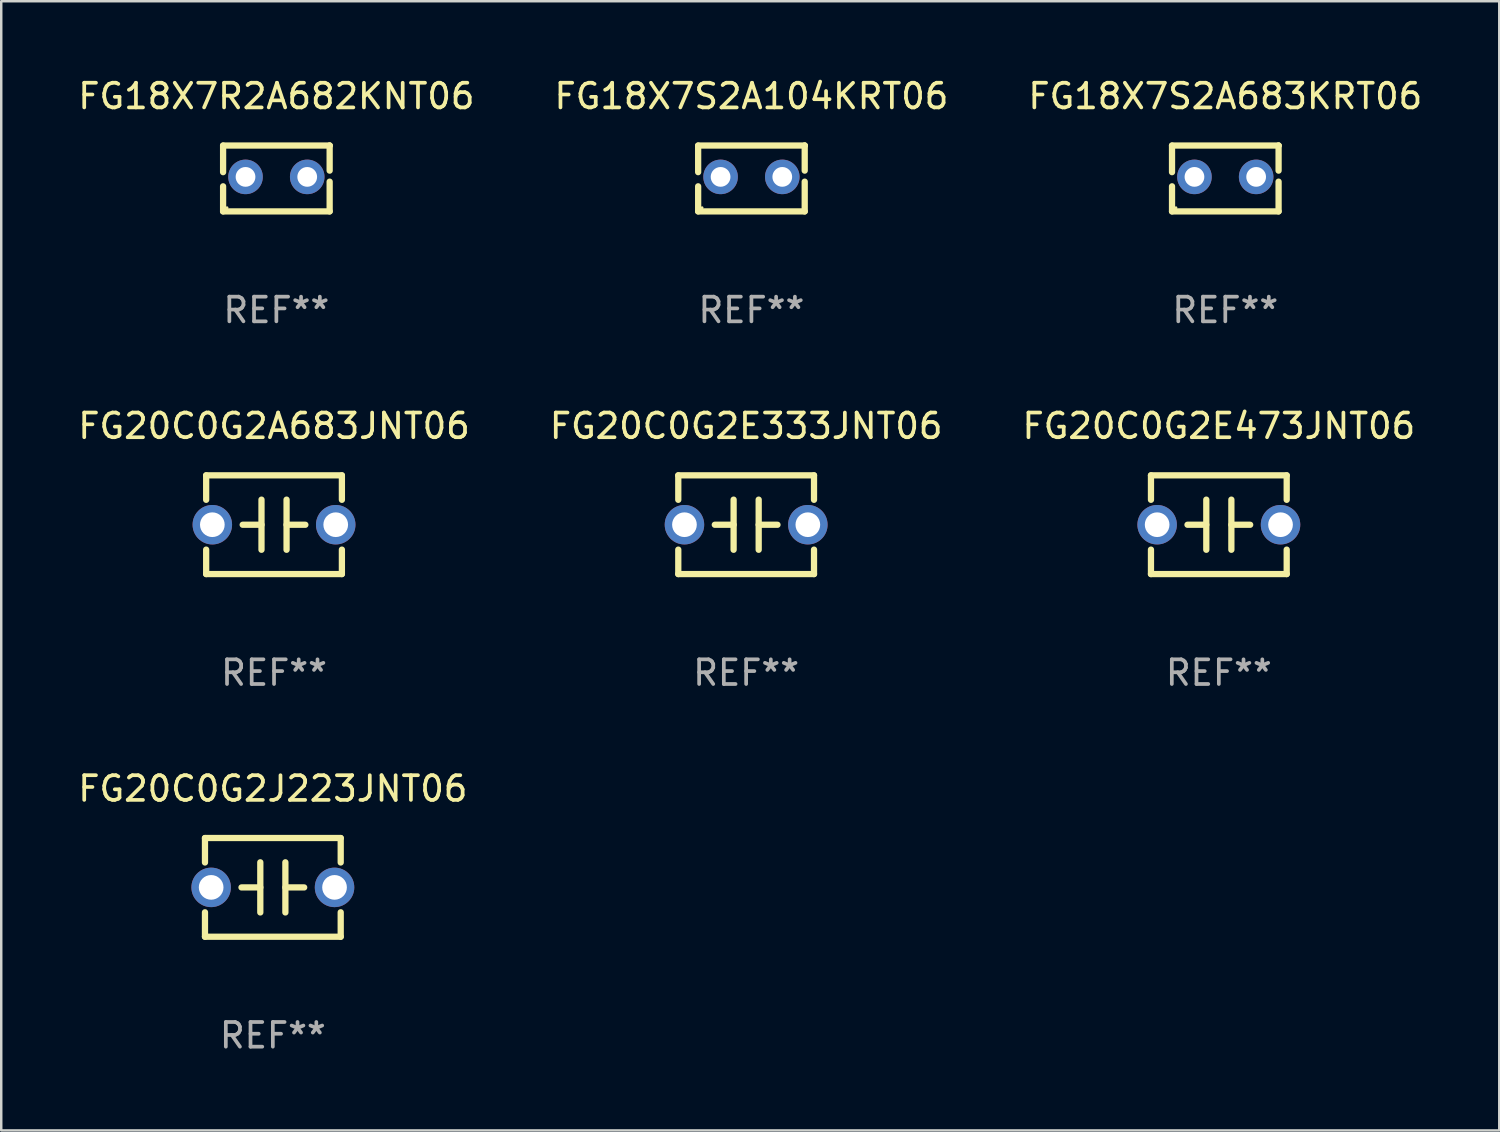
<source format=kicad_pcb>
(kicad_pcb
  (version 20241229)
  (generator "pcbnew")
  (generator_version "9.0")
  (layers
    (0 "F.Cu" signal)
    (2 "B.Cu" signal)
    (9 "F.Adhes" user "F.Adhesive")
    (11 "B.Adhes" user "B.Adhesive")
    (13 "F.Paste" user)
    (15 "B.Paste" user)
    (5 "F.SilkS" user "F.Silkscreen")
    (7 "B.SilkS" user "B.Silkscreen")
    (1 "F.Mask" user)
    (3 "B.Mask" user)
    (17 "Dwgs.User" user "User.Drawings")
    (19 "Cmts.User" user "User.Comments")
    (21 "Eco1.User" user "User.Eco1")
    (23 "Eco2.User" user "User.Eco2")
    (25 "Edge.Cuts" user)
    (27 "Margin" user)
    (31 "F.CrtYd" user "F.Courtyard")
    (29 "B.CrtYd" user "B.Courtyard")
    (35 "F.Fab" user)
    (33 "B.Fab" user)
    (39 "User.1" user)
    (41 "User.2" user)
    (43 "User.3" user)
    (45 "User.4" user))
  (footprint "FG20C0G2A683JNT06"
    (layer "F.Cu")
    (at 8.054 18.212)
    (property "Reference" "FG20C0G2A683JNT06" (at 0 -4 0) (layer "F.SilkS") (effects (font (size 1 1) (thickness 0.15))))
    (attr through_hole)
    (fp_line (start -2.75 -2) (end -2.75 -1.009) (stroke (width 0.254) (type solid)) (layer "F.SilkS"))
    (fp_line (start -2.75 -2) (end 2.75 -2) (stroke (width 0.254) (type solid)) (layer "F.SilkS"))
    (fp_line (start -2.75 1.009) (end -2.75 2) (stroke (width 0.254) (type solid)) (layer "F.SilkS"))
    (fp_line (start -0.508 -1.016) (end -0.508 1.016) (stroke (width 0.254) (type solid)) (layer "F.SilkS"))
    (fp_line (start -0.508 0.002) (end -1.27 0.002) (stroke (width 0.254) (type solid)) (layer "F.SilkS"))
    (fp_line (start 0.508 0.002) (end 1.27 0.002) (stroke (width 0.254) (type solid)) (layer "F.SilkS"))
    (fp_line (start 0.508 1.016) (end 0.508 -1.016) (stroke (width 0.254) (type solid)) (layer "F.SilkS"))
    (fp_line (start 2.75 2) (end -2.75 2) (stroke (width 0.254) (type solid)) (layer "F.SilkS"))
    (fp_line (start 2.75 -2) (end 2.75 -1.009) (stroke (width 0.254) (type solid)) (layer "F.SilkS"))
    (fp_line (start 2.75 1.009) (end 2.75 2) (stroke (width 0.254) (type solid)) (layer "F.SilkS"))
    (fp_circle (center -2.75 2) (end -2.72 2) (stroke (width 0.06) (type solid)) (fill no) (layer "F.SilkS"))
    (fp_text user "REF**" (at 0 6 0) (layer "F.Fab") (effects (font (size 1 1) (thickness 0.15))))
    (pad "1" thru_hole circle (at -2.5 0) (size 1.6 1.6) (drill 1) (layers "*.Cu" "*.Mask"))
    (pad "2" thru_hole circle (at 2.5 0) (size 1.6 1.6) (drill 1) (layers "*.Cu" "*.Mask")))
  (footprint "FG20C0G2J223JNT06"
    (layer "F.Cu")
    (at 8.006 32.908)
    (property "Reference" "FG20C0G2J223JNT06" (at 0 -4 0) (layer "F.SilkS") (effects (font (size 1 1) (thickness 0.15))))
    (attr through_hole)
    (fp_line (start -2.75 -2) (end -2.75 -1.009) (stroke (width 0.254) (type solid)) (layer "F.SilkS"))
    (fp_line (start -2.75 -2) (end 2.75 -2) (stroke (width 0.254) (type solid)) (layer "F.SilkS"))
    (fp_line (start -2.75 1.009) (end -2.75 2) (stroke (width 0.254) (type solid)) (layer "F.SilkS"))
    (fp_line (start -0.508 -1.016) (end -0.508 1.016) (stroke (width 0.254) (type solid)) (layer "F.SilkS"))
    (fp_line (start -0.508 0.002) (end -1.27 0.002) (stroke (width 0.254) (type solid)) (layer "F.SilkS"))
    (fp_line (start 0.508 0.002) (end 1.27 0.002) (stroke (width 0.254) (type solid)) (layer "F.SilkS"))
    (fp_line (start 0.508 1.016) (end 0.508 -1.016) (stroke (width 0.254) (type solid)) (layer "F.SilkS"))
    (fp_line (start 2.75 2) (end -2.75 2) (stroke (width 0.254) (type solid)) (layer "F.SilkS"))
    (fp_line (start 2.75 -2) (end 2.75 -1.009) (stroke (width 0.254) (type solid)) (layer "F.SilkS"))
    (fp_line (start 2.75 1.009) (end 2.75 2) (stroke (width 0.254) (type solid)) (layer "F.SilkS"))
    (fp_circle (center -2.75 2) (end -2.72 2) (stroke (width 0.06) (type solid)) (fill no) (layer "F.SilkS"))
    (fp_text user "REF**" (at 0 6 0) (layer "F.Fab") (effects (font (size 1 1) (thickness 0.15))))
    (pad "1" thru_hole circle (at -2.5 0) (size 1.6 1.6) (drill 1) (layers "*.Cu" "*.Mask"))
    (pad "2" thru_hole circle (at 2.5 0) (size 1.6 1.6) (drill 1) (layers "*.Cu" "*.Mask")))
  (footprint "FG18X7S2A104KRT06"
    (layer "F.Cu")
    (at 27.399 4.182)
    (property "Reference" "FG18X7S2A104KRT06" (at 0 -3.334 0) (layer "F.SilkS") (effects (font (size 1 1) (thickness 0.15))))
    (attr through_hole)
    (fp_line (start -2.159 -1.334) (end 2.159 -1.334) (stroke (width 0.254) (type solid)) (layer "F.SilkS"))
    (fp_line (start -2.159 -0.256) (end -2.159 -1.334) (stroke (width 0.254) (type solid)) (layer "F.SilkS"))
    (fp_line (start -2.159 1.334) (end -2.159 0.318) (stroke (width 0.254) (type solid)) (layer "F.SilkS"))
    (fp_line (start 2.159 -1.334) (end 2.159 -1.334) (stroke (width 0.254) (type solid)) (layer "F.SilkS"))
    (fp_line (start 2.159 -1.334) (end 2.159 -0.318) (stroke (width 0.254) (type solid)) (layer "F.SilkS"))
    (fp_line (start 2.159 0.129) (end 2.159 1.334) (stroke (width 0.254) (type solid)) (layer "F.SilkS"))
    (fp_line (start 2.159 1.334) (end -2.159 1.334) (stroke (width 0.254) (type solid)) (layer "F.SilkS"))
    (fp_circle (center -2 1.186) (end -1.97 1.186) (stroke (width 0.06) (type solid)) (fill no) (layer "F.SilkS"))
    (fp_text user "REF**" (at 0 5.334 0) (layer "F.Fab") (effects (font (size 1 1) (thickness 0.15))))
    (pad "1" thru_hole circle (at -1.25 -0.064) (size 1.4 1.4) (drill 0.8) (layers "*.Cu" "*.Mask"))
    (pad "2" thru_hole circle (at 1.25 -0.064) (size 1.4 1.4) (drill 0.8) (layers "*.Cu" "*.Mask")))
  (footprint "FG20C0G2E333JNT06"
    (layer "F.Cu")
    (at 27.185 18.212)
    (property "Reference" "FG20C0G2E333JNT06" (at 0 -4 0) (layer "F.SilkS") (effects (font (size 1 1) (thickness 0.15))))
    (attr through_hole)
    (fp_line (start -2.75 -2) (end -2.75 -1.009) (stroke (width 0.254) (type solid)) (layer "F.SilkS"))
    (fp_line (start -2.75 -2) (end 2.75 -2) (stroke (width 0.254) (type solid)) (layer "F.SilkS"))
    (fp_line (start -2.75 1.009) (end -2.75 2) (stroke (width 0.254) (type solid)) (layer "F.SilkS"))
    (fp_line (start -0.508 -1.016) (end -0.508 1.016) (stroke (width 0.254) (type solid)) (layer "F.SilkS"))
    (fp_line (start -0.508 0.002) (end -1.27 0.002) (stroke (width 0.254) (type solid)) (layer "F.SilkS"))
    (fp_line (start 0.508 0.002) (end 1.27 0.002) (stroke (width 0.254) (type solid)) (layer "F.SilkS"))
    (fp_line (start 0.508 1.016) (end 0.508 -1.016) (stroke (width 0.254) (type solid)) (layer "F.SilkS"))
    (fp_line (start 2.75 2) (end -2.75 2) (stroke (width 0.254) (type solid)) (layer "F.SilkS"))
    (fp_line (start 2.75 -2) (end 2.75 -1.009) (stroke (width 0.254) (type solid)) (layer "F.SilkS"))
    (fp_line (start 2.75 1.009) (end 2.75 2) (stroke (width 0.254) (type solid)) (layer "F.SilkS"))
    (fp_circle (center -2.75 2) (end -2.72 2) (stroke (width 0.06) (type solid)) (fill no) (layer "F.SilkS"))
    (fp_text user "REF**" (at 0 6 0) (layer "F.Fab") (effects (font (size 1 1) (thickness 0.15))))
    (pad "1" thru_hole circle (at -2.5 0) (size 1.6 1.6) (drill 1) (layers "*.Cu" "*.Mask"))
    (pad "2" thru_hole circle (at 2.5 0) (size 1.6 1.6) (drill 1) (layers "*.Cu" "*.Mask")))
  (footprint "FG20C0G2E473JNT06"
    (layer "F.Cu")
    (at 46.339 18.212)
    (property "Reference" "FG20C0G2E473JNT06" (at 0 -4 0) (layer "F.SilkS") (effects (font (size 1 1) (thickness 0.15))))
    (attr through_hole)
    (fp_line (start -2.75 -2) (end -2.75 -1.009) (stroke (width 0.254) (type solid)) (layer "F.SilkS"))
    (fp_line (start -2.75 -2) (end 2.75 -2) (stroke (width 0.254) (type solid)) (layer "F.SilkS"))
    (fp_line (start -2.75 1.009) (end -2.75 2) (stroke (width 0.254) (type solid)) (layer "F.SilkS"))
    (fp_line (start -0.508 -1.016) (end -0.508 1.016) (stroke (width 0.254) (type solid)) (layer "F.SilkS"))
    (fp_line (start -0.508 0.002) (end -1.27 0.002) (stroke (width 0.254) (type solid)) (layer "F.SilkS"))
    (fp_line (start 0.508 0.002) (end 1.27 0.002) (stroke (width 0.254) (type solid)) (layer "F.SilkS"))
    (fp_line (start 0.508 1.016) (end 0.508 -1.016) (stroke (width 0.254) (type solid)) (layer "F.SilkS"))
    (fp_line (start 2.75 2) (end -2.75 2) (stroke (width 0.254) (type solid)) (layer "F.SilkS"))
    (fp_line (start 2.75 -2) (end 2.75 -1.009) (stroke (width 0.254) (type solid)) (layer "F.SilkS"))
    (fp_line (start 2.75 1.009) (end 2.75 2) (stroke (width 0.254) (type solid)) (layer "F.SilkS"))
    (fp_circle (center -2.75 2) (end -2.72 2) (stroke (width 0.06) (type solid)) (fill no) (layer "F.SilkS"))
    (fp_text user "REF**" (at 0 6 0) (layer "F.Fab") (effects (font (size 1 1) (thickness 0.15))))
    (pad "1" thru_hole circle (at -2.5 0) (size 1.6 1.6) (drill 1) (layers "*.Cu" "*.Mask"))
    (pad "2" thru_hole circle (at 2.5 0) (size 1.6 1.6) (drill 1) (layers "*.Cu" "*.Mask")))
  (footprint "FG18X7S2A683KRT06"
    (layer "F.Cu")
    (at 46.601 4.182)
    (property "Reference" "FG18X7S2A683KRT06" (at 0 -3.334 0) (layer "F.SilkS") (effects (font (size 1 1) (thickness 0.15))))
    (attr through_hole)
    (fp_line (start -2.159 -1.334) (end 2.159 -1.334) (stroke (width 0.254) (type solid)) (layer "F.SilkS"))
    (fp_line (start -2.159 -0.256) (end -2.159 -1.334) (stroke (width 0.254) (type solid)) (layer "F.SilkS"))
    (fp_line (start -2.159 1.334) (end -2.159 0.318) (stroke (width 0.254) (type solid)) (layer "F.SilkS"))
    (fp_line (start 2.159 -1.334) (end 2.159 -1.334) (stroke (width 0.254) (type solid)) (layer "F.SilkS"))
    (fp_line (start 2.159 -1.334) (end 2.159 -0.318) (stroke (width 0.254) (type solid)) (layer "F.SilkS"))
    (fp_line (start 2.159 0.129) (end 2.159 1.334) (stroke (width 0.254) (type solid)) (layer "F.SilkS"))
    (fp_line (start 2.159 1.334) (end -2.159 1.334) (stroke (width 0.254) (type solid)) (layer "F.SilkS"))
    (fp_circle (center -2 1.186) (end -1.97 1.186) (stroke (width 0.06) (type solid)) (fill no) (layer "F.SilkS"))
    (fp_text user "REF**" (at 0 5.334 0) (layer "F.Fab") (effects (font (size 1 1) (thickness 0.15))))
    (pad "1" thru_hole circle (at -1.25 -0.064) (size 1.4 1.4) (drill 0.8) (layers "*.Cu" "*.Mask"))
    (pad "2" thru_hole circle (at 1.25 -0.064) (size 1.4 1.4) (drill 0.8) (layers "*.Cu" "*.Mask")))
  (footprint "FG18X7R2A682KNT06"
    (layer "F.Cu")
    (at 8.149 4.182)
    (property "Reference" "FG18X7R2A682KNT06" (at 0 -3.334 0) (layer "F.SilkS") (effects (font (size 1 1) (thickness 0.15))))
    (attr through_hole)
    (fp_line (start -2.159 -1.334) (end 2.159 -1.334) (stroke (width 0.254) (type solid)) (layer "F.SilkS"))
    (fp_line (start -2.159 -0.256) (end -2.159 -1.334) (stroke (width 0.254) (type solid)) (layer "F.SilkS"))
    (fp_line (start -2.159 1.334) (end -2.159 0.318) (stroke (width 0.254) (type solid)) (layer "F.SilkS"))
    (fp_line (start 2.159 -1.334) (end 2.159 -1.334) (stroke (width 0.254) (type solid)) (layer "F.SilkS"))
    (fp_line (start 2.159 -1.334) (end 2.159 -0.318) (stroke (width 0.254) (type solid)) (layer "F.SilkS"))
    (fp_line (start 2.159 0.129) (end 2.159 1.334) (stroke (width 0.254) (type solid)) (layer "F.SilkS"))
    (fp_line (start 2.159 1.334) (end -2.159 1.334) (stroke (width 0.254) (type solid)) (layer "F.SilkS"))
    (fp_circle (center -2 1.186) (end -1.97 1.186) (stroke (width 0.06) (type solid)) (fill no) (layer "F.SilkS"))
    (fp_text user "REF**" (at 0 5.334 0) (layer "F.Fab") (effects (font (size 1 1) (thickness 0.15))))
    (pad "1" thru_hole circle (at -1.25 -0.064) (size 1.4 1.4) (drill 0.8) (layers "*.Cu" "*.Mask"))
    (pad "2" thru_hole circle (at 1.25 -0.064) (size 1.4 1.4) (drill 0.8) (layers "*.Cu" "*.Mask")))
  (gr_rect
    (start -3 -3)
    (end 57.702 42.757)
    (stroke (width 0.1) (type default))
    (fill no)
    (layer "Edge.Cuts")))
</source>
